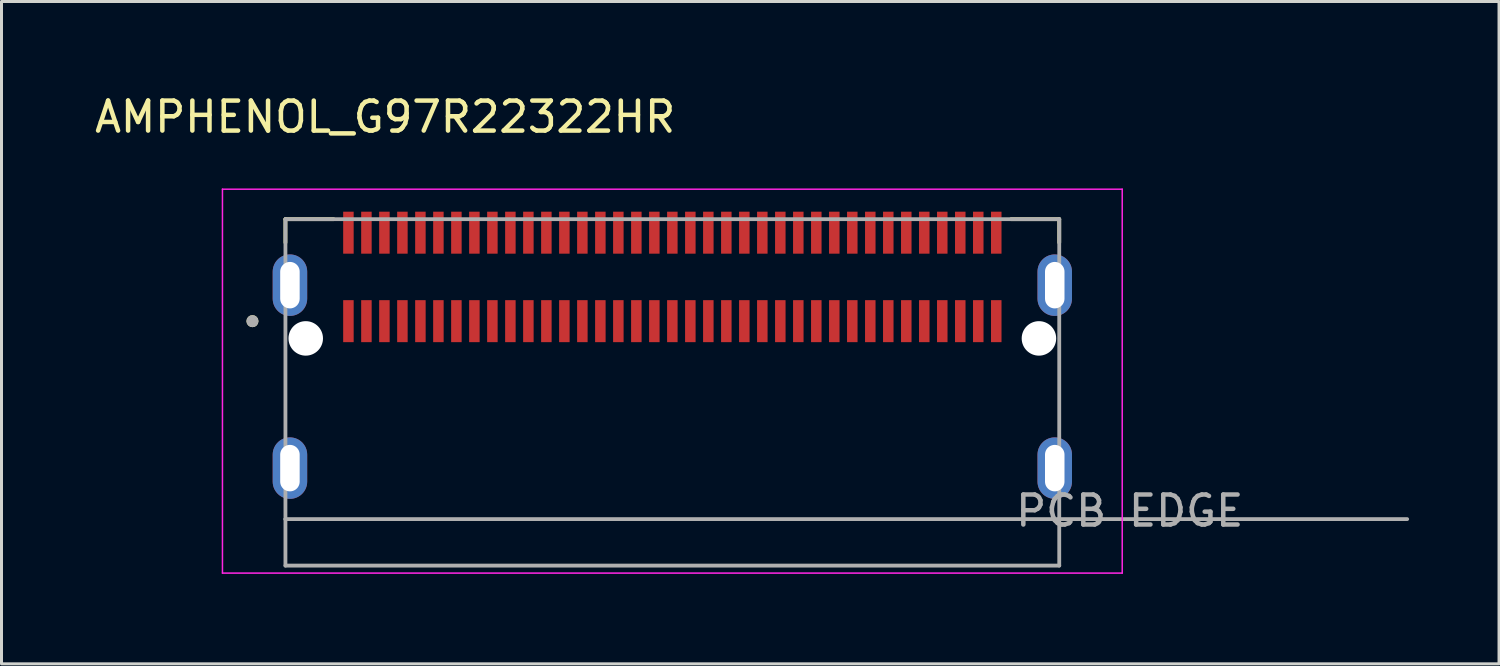
<source format=kicad_pcb>
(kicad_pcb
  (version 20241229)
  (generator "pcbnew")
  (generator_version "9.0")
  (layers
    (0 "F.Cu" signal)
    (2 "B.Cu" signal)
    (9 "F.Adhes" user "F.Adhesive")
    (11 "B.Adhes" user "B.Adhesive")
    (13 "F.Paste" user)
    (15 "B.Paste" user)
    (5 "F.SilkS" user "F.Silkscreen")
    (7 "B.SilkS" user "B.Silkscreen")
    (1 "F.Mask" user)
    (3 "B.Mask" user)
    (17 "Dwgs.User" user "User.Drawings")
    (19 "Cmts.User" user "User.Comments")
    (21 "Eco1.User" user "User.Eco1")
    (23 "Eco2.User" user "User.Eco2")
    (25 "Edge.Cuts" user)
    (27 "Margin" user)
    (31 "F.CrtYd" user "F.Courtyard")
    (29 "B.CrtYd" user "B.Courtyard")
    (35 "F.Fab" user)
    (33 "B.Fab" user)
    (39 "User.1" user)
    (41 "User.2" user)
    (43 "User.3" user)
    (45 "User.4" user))
  (footprint "AMPHENOL_G97R22322HR"
    (layer "F.Cu")
    (at 19.367 8.233)
    (property "Reference" "AMPHENOL_G97R22322HR" (at -9.575 -7.385 0) (layer "F.SilkS") (effects (font (size 1 1) (thickness 0.15))))
    (attr smd)
    (fp_line (start -12.9 -3.975) (end -11.295 -3.975) (stroke (width 0.127) (type solid)) (layer "F.SilkS"))
    (fp_line (start -12.9 -3.195) (end -12.9 -3.975) (stroke (width 0.127) (type solid)) (layer "F.SilkS"))
    (fp_line (start 11.295 -3.975) (end 12.9 -3.975) (stroke (width 0.127) (type solid)) (layer "F.SilkS"))
    (fp_line (start 12.9 -3.975) (end 12.9 -3.195) (stroke (width 0.127) (type solid)) (layer "F.SilkS"))
    (fp_circle (center -14 -0.575) (end -13.9 -0.575) (stroke (width 0.2) (type solid)) (fill no) (layer "F.SilkS"))
    (fp_line (start -15 -4.975) (end -15 7.825) (stroke (width 0.05) (type solid)) (layer "F.CrtYd"))
    (fp_line (start -15 7.825) (end 15 7.825) (stroke (width 0.05) (type solid)) (layer "F.CrtYd"))
    (fp_line (start 15 -4.975) (end -15 -4.975) (stroke (width 0.05) (type solid)) (layer "F.CrtYd"))
    (fp_line (start 15 7.825) (end 15 -4.975) (stroke (width 0.05) (type solid)) (layer "F.CrtYd"))
    (fp_line (start -12.9 -3.975) (end 12.9 -3.975) (stroke (width 0.127) (type solid)) (layer "F.Fab"))
    (fp_line (start -12.9 6.025) (end -12.9 -3.975) (stroke (width 0.127) (type solid)) (layer "F.Fab"))
    (fp_line (start -12.9 6.025) (end 24.5 6.025) (stroke (width 0.127) (type solid)) (layer "F.Fab"))
    (fp_line (start -12.9 7.575) (end -12.9 6.025) (stroke (width 0.127) (type solid)) (layer "F.Fab"))
    (fp_line (start 12.9 -3.975) (end 12.9 7.575) (stroke (width 0.127) (type solid)) (layer "F.Fab"))
    (fp_line (start 12.9 7.575) (end -12.9 7.575) (stroke (width 0.127) (type solid)) (layer "F.Fab"))
    (fp_circle (center -14 -0.575) (end -13.9 -0.575) (stroke (width 0.2) (type solid)) (fill no) (layer "F.Fab"))
    (fp_text user "PCB EDGE" (at 15.25 5.75 0) (layer "F.Fab") (effects (font (size 1 1) (thickness 0.15))))
    (pad "" np_thru_hole circle (at -12.223 0) (size 1.15 1.15) (drill 1.15) (layers "*.Cu" "*.Mask"))
    (pad "" np_thru_hole circle (at 12.223 0) (size 1.15 1.15) (drill 1.15) (layers "*.Cu" "*.Mask"))
    (pad "A1" smd rect (at -10.8 -0.575) (size 0.35 1.4) (layers "F.Cu" "F.Mask" "F.Paste"))
    (pad "A2" smd rect (at -10.2 -0.575) (size 0.35 1.4) (layers "F.Cu" "F.Mask" "F.Paste"))
    (pad "A3" smd rect (at -9.6 -0.575) (size 0.35 1.4) (layers "F.Cu" "F.Mask" "F.Paste"))
    (pad "A4" smd rect (at -9 -0.575) (size 0.35 1.4) (layers "F.Cu" "F.Mask" "F.Paste"))
    (pad "A5" smd rect (at -8.4 -0.575) (size 0.35 1.4) (layers "F.Cu" "F.Mask" "F.Paste"))
    (pad "A6" smd rect (at -7.8 -0.575) (size 0.35 1.4) (layers "F.Cu" "F.Mask" "F.Paste"))
    (pad "A7" smd rect (at -7.2 -0.575) (size 0.35 1.4) (layers "F.Cu" "F.Mask" "F.Paste"))
    (pad "A8" smd rect (at -6.6 -0.575) (size 0.35 1.4) (layers "F.Cu" "F.Mask" "F.Paste"))
    (pad "A9" smd rect (at -6 -0.575) (size 0.35 1.4) (layers "F.Cu" "F.Mask" "F.Paste"))
    (pad "A10" smd rect (at -5.4 -0.575) (size 0.35 1.4) (layers "F.Cu" "F.Mask" "F.Paste"))
    (pad "A11" smd rect (at -4.8 -0.575) (size 0.35 1.4) (layers "F.Cu" "F.Mask" "F.Paste"))
    (pad "A12" smd rect (at -4.2 -0.575) (size 0.35 1.4) (layers "F.Cu" "F.Mask" "F.Paste"))
    (pad "A13" smd rect (at -3.6 -0.575) (size 0.35 1.4) (layers "F.Cu" "F.Mask" "F.Paste"))
    (pad "A14" smd rect (at -3 -0.575) (size 0.35 1.4) (layers "F.Cu" "F.Mask" "F.Paste"))
    (pad "A15" smd rect (at -2.4 -0.575) (size 0.35 1.4) (layers "F.Cu" "F.Mask" "F.Paste"))
    (pad "A16" smd rect (at -1.8 -0.575) (size 0.35 1.4) (layers "F.Cu" "F.Mask" "F.Paste"))
    (pad "A17" smd rect (at -1.2 -0.575) (size 0.35 1.4) (layers "F.Cu" "F.Mask" "F.Paste"))
    (pad "A18" smd rect (at -0.6 -0.575) (size 0.35 1.4) (layers "F.Cu" "F.Mask" "F.Paste"))
    (pad "A19" smd rect (at 0 -0.575) (size 0.35 1.4) (layers "F.Cu" "F.Mask" "F.Paste"))
    (pad "A20" smd rect (at 0.6 -0.575) (size 0.35 1.4) (layers "F.Cu" "F.Mask" "F.Paste"))
    (pad "A21" smd rect (at 1.2 -0.575) (size 0.35 1.4) (layers "F.Cu" "F.Mask" "F.Paste"))
    (pad "A22" smd rect (at 1.8 -0.575) (size 0.35 1.4) (layers "F.Cu" "F.Mask" "F.Paste"))
    (pad "A23" smd rect (at 2.4 -0.575) (size 0.35 1.4) (layers "F.Cu" "F.Mask" "F.Paste"))
    (pad "A24" smd rect (at 3 -0.575) (size 0.35 1.4) (layers "F.Cu" "F.Mask" "F.Paste"))
    (pad "A25" smd rect (at 3.6 -0.575) (size 0.35 1.4) (layers "F.Cu" "F.Mask" "F.Paste"))
    (pad "A26" smd rect (at 4.2 -0.575) (size 0.35 1.4) (layers "F.Cu" "F.Mask" "F.Paste"))
    (pad "A27" smd rect (at 4.8 -0.575) (size 0.35 1.4) (layers "F.Cu" "F.Mask" "F.Paste"))
    (pad "A28" smd rect (at 5.4 -0.575) (size 0.35 1.4) (layers "F.Cu" "F.Mask" "F.Paste"))
    (pad "A29" smd rect (at 6 -0.575) (size 0.35 1.4) (layers "F.Cu" "F.Mask" "F.Paste"))
    (pad "A30" smd rect (at 6.6 -0.575) (size 0.35 1.4) (layers "F.Cu" "F.Mask" "F.Paste"))
    (pad "A31" smd rect (at 7.2 -0.575) (size 0.35 1.4) (layers "F.Cu" "F.Mask" "F.Paste"))
    (pad "A32" smd rect (at 7.8 -0.575) (size 0.35 1.4) (layers "F.Cu" "F.Mask" "F.Paste"))
    (pad "A33" smd rect (at 8.4 -0.575) (size 0.35 1.4) (layers "F.Cu" "F.Mask" "F.Paste"))
    (pad "A34" smd rect (at 9 -0.575) (size 0.35 1.4) (layers "F.Cu" "F.Mask" "F.Paste"))
    (pad "A35" smd rect (at 9.6 -0.575) (size 0.35 1.4) (layers "F.Cu" "F.Mask" "F.Paste"))
    (pad "A36" smd rect (at 10.2 -0.575) (size 0.35 1.4) (layers "F.Cu" "F.Mask" "F.Paste"))
    (pad "A37" smd rect (at 10.8 -0.575) (size 0.35 1.4) (layers "F.Cu" "F.Mask" "F.Paste"))
    (pad "B1" smd rect (at -10.8 -3.525) (size 0.35 1.4) (layers "F.Cu" "F.Mask" "F.Paste"))
    (pad "B2" smd rect (at -10.2 -3.525) (size 0.35 1.4) (layers "F.Cu" "F.Mask" "F.Paste"))
    (pad "B3" smd rect (at -9.6 -3.525) (size 0.35 1.4) (layers "F.Cu" "F.Mask" "F.Paste"))
    (pad "B4" smd rect (at -9 -3.525) (size 0.35 1.4) (layers "F.Cu" "F.Mask" "F.Paste"))
    (pad "B5" smd rect (at -8.4 -3.525) (size 0.35 1.4) (layers "F.Cu" "F.Mask" "F.Paste"))
    (pad "B6" smd rect (at -7.8 -3.525) (size 0.35 1.4) (layers "F.Cu" "F.Mask" "F.Paste"))
    (pad "B7" smd rect (at -7.2 -3.525) (size 0.35 1.4) (layers "F.Cu" "F.Mask" "F.Paste"))
    (pad "B8" smd rect (at -6.6 -3.525) (size 0.35 1.4) (layers "F.Cu" "F.Mask" "F.Paste"))
    (pad "B9" smd rect (at -6 -3.525) (size 0.35 1.4) (layers "F.Cu" "F.Mask" "F.Paste"))
    (pad "B10" smd rect (at -5.4 -3.525) (size 0.35 1.4) (layers "F.Cu" "F.Mask" "F.Paste"))
    (pad "B11" smd rect (at -4.8 -3.525) (size 0.35 1.4) (layers "F.Cu" "F.Mask" "F.Paste"))
    (pad "B12" smd rect (at -4.2 -3.525) (size 0.35 1.4) (layers "F.Cu" "F.Mask" "F.Paste"))
    (pad "B13" smd rect (at -3.6 -3.525) (size 0.35 1.4) (layers "F.Cu" "F.Mask" "F.Paste"))
    (pad "B14" smd rect (at -3 -3.525) (size 0.35 1.4) (layers "F.Cu" "F.Mask" "F.Paste"))
    (pad "B15" smd rect (at -2.4 -3.525) (size 0.35 1.4) (layers "F.Cu" "F.Mask" "F.Paste"))
    (pad "B16" smd rect (at -1.8 -3.525) (size 0.35 1.4) (layers "F.Cu" "F.Mask" "F.Paste"))
    (pad "B17" smd rect (at -1.2 -3.525) (size 0.35 1.4) (layers "F.Cu" "F.Mask" "F.Paste"))
    (pad "B18" smd rect (at -0.6 -3.525) (size 0.35 1.4) (layers "F.Cu" "F.Mask" "F.Paste"))
    (pad "B19" smd rect (at 0 -3.525) (size 0.35 1.4) (layers "F.Cu" "F.Mask" "F.Paste"))
    (pad "B20" smd rect (at 0.6 -3.525) (size 0.35 1.4) (layers "F.Cu" "F.Mask" "F.Paste"))
    (pad "B21" smd rect (at 1.2 -3.525) (size 0.35 1.4) (layers "F.Cu" "F.Mask" "F.Paste"))
    (pad "B22" smd rect (at 1.8 -3.525) (size 0.35 1.4) (layers "F.Cu" "F.Mask" "F.Paste"))
    (pad "B23" smd rect (at 2.4 -3.525) (size 0.35 1.4) (layers "F.Cu" "F.Mask" "F.Paste"))
    (pad "B24" smd rect (at 3 -3.525) (size 0.35 1.4) (layers "F.Cu" "F.Mask" "F.Paste"))
    (pad "B25" smd rect (at 3.6 -3.525) (size 0.35 1.4) (layers "F.Cu" "F.Mask" "F.Paste"))
    (pad "B26" smd rect (at 4.2 -3.525) (size 0.35 1.4) (layers "F.Cu" "F.Mask" "F.Paste"))
    (pad "B27" smd rect (at 4.8 -3.525) (size 0.35 1.4) (layers "F.Cu" "F.Mask" "F.Paste"))
    (pad "B28" smd rect (at 5.4 -3.525) (size 0.35 1.4) (layers "F.Cu" "F.Mask" "F.Paste"))
    (pad "B29" smd rect (at 6 -3.525) (size 0.35 1.4) (layers "F.Cu" "F.Mask" "F.Paste"))
    (pad "B30" smd rect (at 6.6 -3.525) (size 0.35 1.4) (layers "F.Cu" "F.Mask" "F.Paste"))
    (pad "B31" smd rect (at 7.2 -3.525) (size 0.35 1.4) (layers "F.Cu" "F.Mask" "F.Paste"))
    (pad "B32" smd rect (at 7.8 -3.525) (size 0.35 1.4) (layers "F.Cu" "F.Mask" "F.Paste"))
    (pad "B33" smd rect (at 8.4 -3.525) (size 0.35 1.4) (layers "F.Cu" "F.Mask" "F.Paste"))
    (pad "B34" smd rect (at 9 -3.525) (size 0.35 1.4) (layers "F.Cu" "F.Mask" "F.Paste"))
    (pad "B35" smd rect (at 9.6 -3.525) (size 0.35 1.4) (layers "F.Cu" "F.Mask" "F.Paste"))
    (pad "B36" smd rect (at 10.2 -3.525) (size 0.35 1.4) (layers "F.Cu" "F.Mask" "F.Paste"))
    (pad "B37" smd rect (at 10.8 -3.525) (size 0.35 1.4) (layers "F.Cu" "F.Mask" "F.Paste"))
    (pad "SH1" thru_hole oval (at -12.75 -1.775) (size 1.15 2.05) (drill oval 0.65 1.55) (layers "*.Cu" "*.Mask"))
    (pad "SH2" thru_hole oval (at 12.75 -1.775) (size 1.15 2.05) (drill oval 0.65 1.55) (layers "*.Cu" "*.Mask"))
    (pad "SH3" thru_hole oval (at -12.75 4.325) (size 1.15 2.05) (drill oval 0.65 1.55) (layers "*.Cu" "*.Mask"))
    (pad "SH4" thru_hole oval (at 12.75 4.325) (size 1.15 2.05) (drill oval 0.65 1.55) (layers "*.Cu" "*.Mask"))
    (zone (net_name "") (layer "F.Cu") (hatch full 0.508) (connect_pads) (min_thickness 0.01) (filled_areas_thickness no) (keepout (tracks not_allowed) (vias not_allowed) (pads not_allowed) (copperpour not_allowed) (footprints allowed)) (placement (enabled no)) (fill) (polygon (pts (xy 6.317 9.258) (xy 6.317 11.627) (xy 6.334 11.616) (xy 6.352 11.605) (xy 6.371 11.594) (xy 6.39 11.585) (xy 6.409 11.576) (xy 6.429 11.568) (xy 6.449 11.561) (xy 6.469 11.554) (xy 6.49 11.549) (xy 6.511 11.544) (xy 6.532 11.54) (xy 6.553 11.537) (xy 6.574 11.535) (xy 6.596 11.533) (xy 6.617 11.533) (xy 6.638 11.533) (xy 6.66 11.535) (xy 6.681 11.537) (xy 6.702 11.54) (xy 6.723 11.544) (xy 6.744 11.549) (xy 6.765 11.554) (xy 6.785 11.561) (xy 6.805 11.568) (xy 6.825 11.576) (xy 6.844 11.585) (xy 6.863 11.594) (xy 6.882 11.605) (xy 6.9 11.616) (xy 6.917 11.627) (xy 6.917 9.258))))
    (zone (net_name "") (layer "F.Cu") (hatch full 0.508) (connect_pads) (min_thickness 0.01) (filled_areas_thickness no) (keepout (tracks not_allowed) (vias not_allowed) (pads not_allowed) (copperpour not_allowed) (footprints allowed)) (placement (enabled no)) (fill) (polygon (pts (xy 31.817 9.258) (xy 31.817 11.627) (xy 31.834 11.616) (xy 31.852 11.605) (xy 31.871 11.594) (xy 31.89 11.585) (xy 31.909 11.576) (xy 31.929 11.568) (xy 31.949 11.561) (xy 31.969 11.554) (xy 31.99 11.549) (xy 32.011 11.544) (xy 32.032 11.54) (xy 32.053 11.537) (xy 32.074 11.535) (xy 32.096 11.533) (xy 32.117 11.533) (xy 32.138 11.533) (xy 32.16 11.535) (xy 32.181 11.537) (xy 32.202 11.54) (xy 32.223 11.544) (xy 32.244 11.549) (xy 32.265 11.554) (xy 32.285 11.561) (xy 32.305 11.568) (xy 32.325 11.576) (xy 32.344 11.585) (xy 32.363 11.594) (xy 32.382 11.605) (xy 32.4 11.616) (xy 32.417 11.627) (xy 32.417 9.258))))
    (zone (net_name "") (layer "F.Cu") (hatch full 0.508) (connect_pads) (min_thickness 0.01) (filled_areas_thickness no) (keepout (tracks not_allowed) (vias not_allowed) (pads not_allowed) (copperpour not_allowed) (footprints allowed)) (placement (enabled no)) (fill) (polygon (pts (xy 32.417 14.258) (xy 31.817 14.258) (xy 31.817 13.489) (xy 31.834 13.5) (xy 31.852 13.511) (xy 31.871 13.522) (xy 31.89 13.531) (xy 31.909 13.54) (xy 31.929 13.548) (xy 31.949 13.555) (xy 31.969 13.562) (xy 31.99 13.567) (xy 32.011 13.572) (xy 32.032 13.576) (xy 32.053 13.579) (xy 32.074 13.581) (xy 32.096 13.583) (xy 32.117 13.583) (xy 32.138 13.583) (xy 32.16 13.581) (xy 32.181 13.579) (xy 32.202 13.576) (xy 32.223 13.572) (xy 32.244 13.567) (xy 32.265 13.562) (xy 32.285 13.555) (xy 32.305 13.548) (xy 32.325 13.54) (xy 32.344 13.531) (xy 32.363 13.522) (xy 32.382 13.511) (xy 32.4 13.5) (xy 32.417 13.489))))
    (zone (net_name "") (layer "F.Cu") (hatch full 0.508) (connect_pads) (min_thickness 0.01) (filled_areas_thickness no) (keepout (tracks not_allowed) (vias not_allowed) (pads not_allowed) (copperpour not_allowed) (footprints allowed)) (placement (enabled no)) (fill) (polygon (pts (xy 6.317 13.489) (xy 6.317 14.258) (xy 6.917 14.258) (xy 6.917 13.489) (xy 6.9 13.5) (xy 6.882 13.511) (xy 6.863 13.522) (xy 6.844 13.531) (xy 6.825 13.54) (xy 6.805 13.548) (xy 6.785 13.555) (xy 6.765 13.562) (xy 6.744 13.567) (xy 6.723 13.572) (xy 6.702 13.576) (xy 6.681 13.579) (xy 6.66 13.581) (xy 6.638 13.583) (xy 6.617 13.583) (xy 6.596 13.583) (xy 6.574 13.581) (xy 6.553 13.579) (xy 6.532 13.576) (xy 6.511 13.572) (xy 6.49 13.567) (xy 6.469 13.562) (xy 6.449 13.555) (xy 6.429 13.548) (xy 6.409 13.54) (xy 6.39 13.531) (xy 6.371 13.522) (xy 6.352 13.511) (xy 6.334 13.5) (xy 6.317 13.489))))
    (zone (net_name "") (layers "F.Cu" "B.Cu") (hatch full 0.508) (connect_pads) (min_thickness 0.01) (filled_areas_thickness no) (keepout (tracks allowed) (vias not_allowed) (pads allowed) (copperpour allowed) (footprints allowed)) (placement (enabled no)) (fill) (polygon (pts (xy 6.317 9.258) (xy 6.317 11.627) (xy 6.334 11.616) (xy 6.352 11.605) (xy 6.371 11.594) (xy 6.39 11.585) (xy 6.409 11.576) (xy 6.429 11.568) (xy 6.449 11.561) (xy 6.469 11.554) (xy 6.49 11.549) (xy 6.511 11.544) (xy 6.532 11.54) (xy 6.553 11.537) (xy 6.574 11.535) (xy 6.596 11.533) (xy 6.617 11.533) (xy 6.638 11.533) (xy 6.66 11.535) (xy 6.681 11.537) (xy 6.702 11.54) (xy 6.723 11.544) (xy 6.744 11.549) (xy 6.765 11.554) (xy 6.785 11.561) (xy 6.805 11.568) (xy 6.825 11.576) (xy 6.844 11.585) (xy 6.863 11.594) (xy 6.882 11.605) (xy 6.9 11.616) (xy 6.917 11.627) (xy 6.917 9.258))))
    (zone (net_name "") (layers "F.Cu" "B.Cu") (hatch full 0.508) (connect_pads) (min_thickness 0.01) (filled_areas_thickness no) (keepout (tracks allowed) (vias not_allowed) (pads allowed) (copperpour allowed) (footprints allowed)) (placement (enabled no)) (fill) (polygon (pts (xy 31.817 9.258) (xy 31.817 11.627) (xy 31.834 11.616) (xy 31.852 11.605) (xy 31.871 11.594) (xy 31.89 11.585) (xy 31.909 11.576) (xy 31.929 11.568) (xy 31.949 11.561) (xy 31.969 11.554) (xy 31.99 11.549) (xy 32.011 11.544) (xy 32.032 11.54) (xy 32.053 11.537) (xy 32.074 11.535) (xy 32.096 11.533) (xy 32.117 11.533) (xy 32.138 11.533) (xy 32.16 11.535) (xy 32.181 11.537) (xy 32.202 11.54) (xy 32.223 11.544) (xy 32.244 11.549) (xy 32.265 11.554) (xy 32.285 11.561) (xy 32.305 11.568) (xy 32.325 11.576) (xy 32.344 11.585) (xy 32.363 11.594) (xy 32.382 11.605) (xy 32.4 11.616) (xy 32.417 11.627) (xy 32.417 9.258))))
    (zone (net_name "") (layers "F.Cu" "B.Cu") (hatch full 0.508) (connect_pads) (min_thickness 0.01) (filled_areas_thickness no) (keepout (tracks allowed) (vias not_allowed) (pads allowed) (copperpour allowed) (footprints allowed)) (placement (enabled no)) (fill) (polygon (pts (xy 32.417 14.258) (xy 31.817 14.258) (xy 31.817 13.489) (xy 31.834 13.5) (xy 31.852 13.511) (xy 31.871 13.522) (xy 31.89 13.531) (xy 31.909 13.54) (xy 31.929 13.548) (xy 31.949 13.555) (xy 31.969 13.562) (xy 31.99 13.567) (xy 32.011 13.572) (xy 32.032 13.576) (xy 32.053 13.579) (xy 32.074 13.581) (xy 32.096 13.583) (xy 32.117 13.583) (xy 32.138 13.583) (xy 32.16 13.581) (xy 32.181 13.579) (xy 32.202 13.576) (xy 32.223 13.572) (xy 32.244 13.567) (xy 32.265 13.562) (xy 32.285 13.555) (xy 32.305 13.548) (xy 32.325 13.54) (xy 32.344 13.531) (xy 32.363 13.522) (xy 32.382 13.511) (xy 32.4 13.5) (xy 32.417 13.489))))
    (zone (net_name "") (layers "F.Cu" "B.Cu") (hatch full 0.508) (connect_pads) (min_thickness 0.01) (filled_areas_thickness no) (keepout (tracks allowed) (vias not_allowed) (pads allowed) (copperpour allowed) (footprints allowed)) (placement (enabled no)) (fill) (polygon (pts (xy 6.317 13.489) (xy 6.317 14.258) (xy 6.917 14.258) (xy 6.917 13.489) (xy 6.9 13.5) (xy 6.882 13.511) (xy 6.863 13.522) (xy 6.844 13.531) (xy 6.825 13.54) (xy 6.805 13.548) (xy 6.785 13.555) (xy 6.765 13.562) (xy 6.744 13.567) (xy 6.723 13.572) (xy 6.702 13.576) (xy 6.681 13.579) (xy 6.66 13.581) (xy 6.638 13.583) (xy 6.617 13.583) (xy 6.596 13.583) (xy 6.574 13.581) (xy 6.553 13.579) (xy 6.532 13.576) (xy 6.511 13.572) (xy 6.49 13.567) (xy 6.469 13.562) (xy 6.449 13.555) (xy 6.429 13.548) (xy 6.409 13.54) (xy 6.39 13.531) (xy 6.371 13.522) (xy 6.352 13.511) (xy 6.334 13.5) (xy 6.317 13.489)))))
  (gr_rect
    (start -3 -3)
    (end 46.93 19.083)
    (stroke (width 0.1) (type default))
    (fill no)
    (layer "Edge.Cuts")))
</source>
